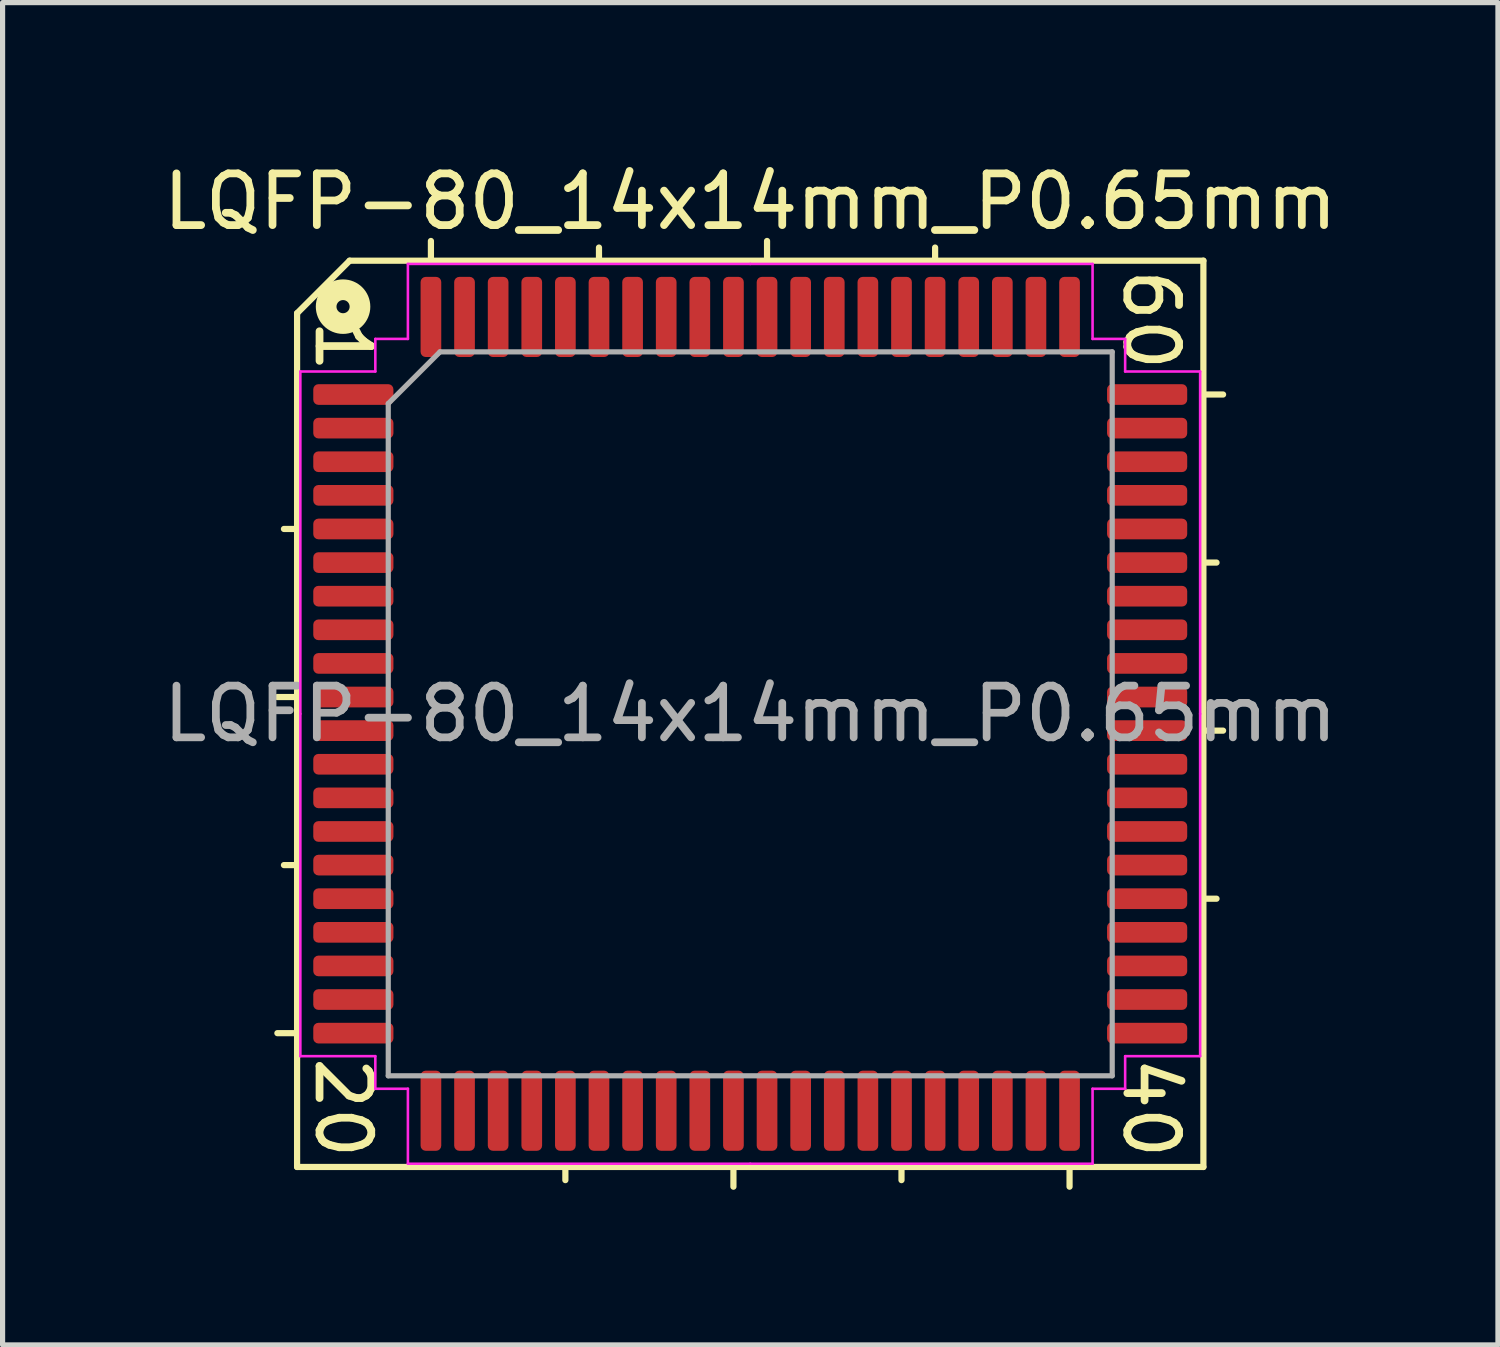
<source format=kicad_pcb>
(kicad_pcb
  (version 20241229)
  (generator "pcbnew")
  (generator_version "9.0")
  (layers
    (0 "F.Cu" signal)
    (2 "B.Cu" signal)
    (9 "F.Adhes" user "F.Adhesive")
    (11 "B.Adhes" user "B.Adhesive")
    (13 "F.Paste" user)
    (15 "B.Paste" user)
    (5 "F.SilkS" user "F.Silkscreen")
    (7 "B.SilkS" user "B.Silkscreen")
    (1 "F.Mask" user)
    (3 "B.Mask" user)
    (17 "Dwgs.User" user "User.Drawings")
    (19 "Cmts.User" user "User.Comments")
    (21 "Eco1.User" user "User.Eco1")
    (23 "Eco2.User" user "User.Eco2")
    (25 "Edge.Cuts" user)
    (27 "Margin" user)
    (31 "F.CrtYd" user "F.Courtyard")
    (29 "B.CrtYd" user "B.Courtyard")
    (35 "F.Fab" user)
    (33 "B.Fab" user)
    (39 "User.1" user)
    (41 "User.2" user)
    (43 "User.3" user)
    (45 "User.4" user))
  (footprint "LQFP-80_14x14mm_P0.65mm"
    (layer "F.Cu")
    (at 11.458 10.754)
    (property "Reference" "LQFP-80_14x14mm_P0.65mm" (at 0 -9.906 0) (layer "F.SilkS") (effects (font (size 1 1) (thickness 0.15))))
    (attr smd)
    (fp_line (start -8.763 -7.747) (end -8.763 8.763) (stroke (width 0.12) (type solid)) (layer "F.SilkS"))
    (fp_line (start -8.763 -3.575) (end -9.017 -3.575) (stroke (width 0.12) (type solid)) (layer "F.SilkS"))
    (fp_line (start -8.763 -0.325) (end -9.144 -0.325) (stroke (width 0.12) (type solid)) (layer "F.SilkS"))
    (fp_line (start -8.763 2.925) (end -9.017 2.925) (stroke (width 0.12) (type solid)) (layer "F.SilkS"))
    (fp_line (start -8.763 6.175) (end -9.144 6.175) (stroke (width 0.12) (type solid)) (layer "F.SilkS"))
    (fp_line (start -8.763 8.763) (end 8.763 8.763) (stroke (width 0.12) (type solid)) (layer "F.SilkS"))
    (fp_line (start -7.747 -8.763) (end -8.763 -7.747) (stroke (width 0.12) (type solid)) (layer "F.SilkS"))
    (fp_line (start -6.175 -8.763) (end -6.175 -9.144) (stroke (width 0.12) (type solid)) (layer "F.SilkS"))
    (fp_line (start -3.575 8.763) (end -3.575 9.017) (stroke (width 0.12) (type solid)) (layer "F.SilkS"))
    (fp_line (start -2.925 -8.763) (end -2.925 -9.017) (stroke (width 0.12) (type solid)) (layer "F.SilkS"))
    (fp_line (start -0.325 8.763) (end -0.325 9.144) (stroke (width 0.12) (type solid)) (layer "F.SilkS"))
    (fp_line (start 0.325 -8.763) (end 0.325 -9.144) (stroke (width 0.12) (type solid)) (layer "F.SilkS"))
    (fp_line (start 2.925 8.763) (end 2.925 9.017) (stroke (width 0.12) (type solid)) (layer "F.SilkS"))
    (fp_line (start 3.575 -8.763) (end 3.575 -9.017) (stroke (width 0.12) (type solid)) (layer "F.SilkS"))
    (fp_line (start 6.175 8.763) (end 6.175 9.144) (stroke (width 0.12) (type solid)) (layer "F.SilkS"))
    (fp_line (start 8.763 -8.763) (end -7.747 -8.763) (stroke (width 0.12) (type solid)) (layer "F.SilkS"))
    (fp_line (start 8.763 -6.175) (end 9.144 -6.175) (stroke (width 0.12) (type solid)) (layer "F.SilkS"))
    (fp_line (start 8.763 -2.925) (end 9.017 -2.925) (stroke (width 0.12) (type solid)) (layer "F.SilkS"))
    (fp_line (start 8.763 0.325) (end 9.144 0.325) (stroke (width 0.12) (type solid)) (layer "F.SilkS"))
    (fp_line (start 8.763 3.575) (end 9.017 3.575) (stroke (width 0.12) (type solid)) (layer "F.SilkS"))
    (fp_line (start 8.763 8.763) (end 8.763 -8.763) (stroke (width 0.12) (type solid)) (layer "F.SilkS"))
    (fp_circle (center -7.874 -7.874) (end -7.747 -7.874) (stroke (width 0.4) (type solid)) (fill no) (layer "F.SilkS"))
    (fp_line (start -8.7 -6.62) (end -8.7 0) (stroke (width 0.05) (type solid)) (layer "F.CrtYd"))
    (fp_line (start -8.7 6.62) (end -8.7 0) (stroke (width 0.05) (type solid)) (layer "F.CrtYd"))
    (fp_line (start -7.25 -7.25) (end -7.25 -6.62) (stroke (width 0.05) (type solid)) (layer "F.CrtYd"))
    (fp_line (start -7.25 -6.62) (end -8.7 -6.62) (stroke (width 0.05) (type solid)) (layer "F.CrtYd"))
    (fp_line (start -7.25 6.62) (end -8.7 6.62) (stroke (width 0.05) (type solid)) (layer "F.CrtYd"))
    (fp_line (start -7.25 7.25) (end -7.25 6.62) (stroke (width 0.05) (type solid)) (layer "F.CrtYd"))
    (fp_line (start -6.62 -8.7) (end -6.62 -7.25) (stroke (width 0.05) (type solid)) (layer "F.CrtYd"))
    (fp_line (start -6.62 -7.25) (end -7.25 -7.25) (stroke (width 0.05) (type solid)) (layer "F.CrtYd"))
    (fp_line (start -6.62 7.25) (end -7.25 7.25) (stroke (width 0.05) (type solid)) (layer "F.CrtYd"))
    (fp_line (start -6.62 8.7) (end -6.62 7.25) (stroke (width 0.05) (type solid)) (layer "F.CrtYd"))
    (fp_line (start 0 -8.7) (end -6.62 -8.7) (stroke (width 0.05) (type solid)) (layer "F.CrtYd"))
    (fp_line (start 0 -8.7) (end 6.62 -8.7) (stroke (width 0.05) (type solid)) (layer "F.CrtYd"))
    (fp_line (start 0 8.7) (end -6.62 8.7) (stroke (width 0.05) (type solid)) (layer "F.CrtYd"))
    (fp_line (start 0 8.7) (end 6.62 8.7) (stroke (width 0.05) (type solid)) (layer "F.CrtYd"))
    (fp_line (start 6.62 -8.7) (end 6.62 -7.25) (stroke (width 0.05) (type solid)) (layer "F.CrtYd"))
    (fp_line (start 6.62 -7.25) (end 7.25 -7.25) (stroke (width 0.05) (type solid)) (layer "F.CrtYd"))
    (fp_line (start 6.62 7.25) (end 7.25 7.25) (stroke (width 0.05) (type solid)) (layer "F.CrtYd"))
    (fp_line (start 6.62 8.7) (end 6.62 7.25) (stroke (width 0.05) (type solid)) (layer "F.CrtYd"))
    (fp_line (start 7.25 -7.25) (end 7.25 -6.62) (stroke (width 0.05) (type solid)) (layer "F.CrtYd"))
    (fp_line (start 7.25 -6.62) (end 8.7 -6.62) (stroke (width 0.05) (type solid)) (layer "F.CrtYd"))
    (fp_line (start 7.25 6.62) (end 8.7 6.62) (stroke (width 0.05) (type solid)) (layer "F.CrtYd"))
    (fp_line (start 7.25 7.25) (end 7.25 6.62) (stroke (width 0.05) (type solid)) (layer "F.CrtYd"))
    (fp_line (start 8.7 -6.62) (end 8.7 0) (stroke (width 0.05) (type solid)) (layer "F.CrtYd"))
    (fp_line (start 8.7 6.62) (end 8.7 0) (stroke (width 0.05) (type solid)) (layer "F.CrtYd"))
    (fp_line (start -7 -6) (end -6 -7) (stroke (width 0.1) (type solid)) (layer "F.Fab"))
    (fp_line (start -7 7) (end -7 -6) (stroke (width 0.1) (type solid)) (layer "F.Fab"))
    (fp_line (start -6 -7) (end 7 -7) (stroke (width 0.1) (type solid)) (layer "F.Fab"))
    (fp_line (start 7 -7) (end 7 7) (stroke (width 0.1) (type solid)) (layer "F.Fab"))
    (fp_line (start 7 7) (end -7 7) (stroke (width 0.1) (type solid)) (layer "F.Fab"))
    (fp_text user "20" (at -7.874 7.62 270) (unlocked yes) (layer "F.SilkS") (effects (font (size 1 1) (thickness 0.15))))
    (fp_text user "1" (at -7.874 -7.112 270) (unlocked yes) (layer "F.SilkS") (effects (font (size 1 1) (thickness 0.15))))
    (fp_text user "60" (at 7.747 -7.62 270) (unlocked yes) (layer "F.SilkS") (effects (font (size 1 1) (thickness 0.15))))
    (fp_text user "40" (at 7.747 7.62 270) (unlocked yes) (layer "F.SilkS") (effects (font (size 1 1) (thickness 0.15))))
    (fp_text user "${REFERENCE}" (at 0 0 0) (layer "F.Fab") (effects (font (size 1 1) (thickness 0.15))))
    (pad "1" smd roundrect (at -7.675 -6.175) (size 1.55 0.4) (layers "F.Cu" "F.Mask" "F.Paste") (roundrect_rratio 0.25))
    (pad "2" smd roundrect (at -7.675 -5.525) (size 1.55 0.4) (layers "F.Cu" "F.Mask" "F.Paste") (roundrect_rratio 0.25))
    (pad "3" smd roundrect (at -7.675 -4.875) (size 1.55 0.4) (layers "F.Cu" "F.Mask" "F.Paste") (roundrect_rratio 0.25))
    (pad "4" smd roundrect (at -7.675 -4.225) (size 1.55 0.4) (layers "F.Cu" "F.Mask" "F.Paste") (roundrect_rratio 0.25))
    (pad "5" smd roundrect (at -7.675 -3.575) (size 1.55 0.4) (layers "F.Cu" "F.Mask" "F.Paste") (roundrect_rratio 0.25))
    (pad "6" smd roundrect (at -7.675 -2.925) (size 1.55 0.4) (layers "F.Cu" "F.Mask" "F.Paste") (roundrect_rratio 0.25))
    (pad "7" smd roundrect (at -7.675 -2.275) (size 1.55 0.4) (layers "F.Cu" "F.Mask" "F.Paste") (roundrect_rratio 0.25))
    (pad "8" smd roundrect (at -7.675 -1.625) (size 1.55 0.4) (layers "F.Cu" "F.Mask" "F.Paste") (roundrect_rratio 0.25))
    (pad "9" smd roundrect (at -7.675 -0.975) (size 1.55 0.4) (layers "F.Cu" "F.Mask" "F.Paste") (roundrect_rratio 0.25))
    (pad "10" smd roundrect (at -7.675 -0.325) (size 1.55 0.4) (layers "F.Cu" "F.Mask" "F.Paste") (roundrect_rratio 0.25))
    (pad "11" smd roundrect (at -7.675 0.325) (size 1.55 0.4) (layers "F.Cu" "F.Mask" "F.Paste") (roundrect_rratio 0.25))
    (pad "12" smd roundrect (at -7.675 0.975) (size 1.55 0.4) (layers "F.Cu" "F.Mask" "F.Paste") (roundrect_rratio 0.25))
    (pad "13" smd roundrect (at -7.675 1.625) (size 1.55 0.4) (layers "F.Cu" "F.Mask" "F.Paste") (roundrect_rratio 0.25))
    (pad "14" smd roundrect (at -7.675 2.275) (size 1.55 0.4) (layers "F.Cu" "F.Mask" "F.Paste") (roundrect_rratio 0.25))
    (pad "15" smd roundrect (at -7.675 2.925) (size 1.55 0.4) (layers "F.Cu" "F.Mask" "F.Paste") (roundrect_rratio 0.25))
    (pad "16" smd roundrect (at -7.675 3.575) (size 1.55 0.4) (layers "F.Cu" "F.Mask" "F.Paste") (roundrect_rratio 0.25))
    (pad "17" smd roundrect (at -7.675 4.225) (size 1.55 0.4) (layers "F.Cu" "F.Mask" "F.Paste") (roundrect_rratio 0.25))
    (pad "18" smd roundrect (at -7.675 4.875) (size 1.55 0.4) (layers "F.Cu" "F.Mask" "F.Paste") (roundrect_rratio 0.25))
    (pad "19" smd roundrect (at -7.675 5.525) (size 1.55 0.4) (layers "F.Cu" "F.Mask" "F.Paste") (roundrect_rratio 0.25))
    (pad "20" smd roundrect (at -7.675 6.175) (size 1.55 0.4) (layers "F.Cu" "F.Mask" "F.Paste") (roundrect_rratio 0.25))
    (pad "21" smd roundrect (at -6.175 7.675) (size 0.4 1.55) (layers "F.Cu" "F.Mask" "F.Paste") (roundrect_rratio 0.25))
    (pad "22" smd roundrect (at -5.525 7.675) (size 0.4 1.55) (layers "F.Cu" "F.Mask" "F.Paste") (roundrect_rratio 0.25))
    (pad "23" smd roundrect (at -4.875 7.675) (size 0.4 1.55) (layers "F.Cu" "F.Mask" "F.Paste") (roundrect_rratio 0.25))
    (pad "24" smd roundrect (at -4.225 7.675) (size 0.4 1.55) (layers "F.Cu" "F.Mask" "F.Paste") (roundrect_rratio 0.25))
    (pad "25" smd roundrect (at -3.575 7.675) (size 0.4 1.55) (layers "F.Cu" "F.Mask" "F.Paste") (roundrect_rratio 0.25))
    (pad "26" smd roundrect (at -2.925 7.675) (size 0.4 1.55) (layers "F.Cu" "F.Mask" "F.Paste") (roundrect_rratio 0.25))
    (pad "27" smd roundrect (at -2.275 7.675) (size 0.4 1.55) (layers "F.Cu" "F.Mask" "F.Paste") (roundrect_rratio 0.25))
    (pad "28" smd roundrect (at -1.625 7.675) (size 0.4 1.55) (layers "F.Cu" "F.Mask" "F.Paste") (roundrect_rratio 0.25))
    (pad "29" smd roundrect (at -0.975 7.675) (size 0.4 1.55) (layers "F.Cu" "F.Mask" "F.Paste") (roundrect_rratio 0.25))
    (pad "30" smd roundrect (at -0.325 7.675) (size 0.4 1.55) (layers "F.Cu" "F.Mask" "F.Paste") (roundrect_rratio 0.25))
    (pad "31" smd roundrect (at 0.325 7.675) (size 0.4 1.55) (layers "F.Cu" "F.Mask" "F.Paste") (roundrect_rratio 0.25))
    (pad "32" smd roundrect (at 0.975 7.675) (size 0.4 1.55) (layers "F.Cu" "F.Mask" "F.Paste") (roundrect_rratio 0.25))
    (pad "33" smd roundrect (at 1.625 7.675) (size 0.4 1.55) (layers "F.Cu" "F.Mask" "F.Paste") (roundrect_rratio 0.25))
    (pad "34" smd roundrect (at 2.275 7.675) (size 0.4 1.55) (layers "F.Cu" "F.Mask" "F.Paste") (roundrect_rratio 0.25))
    (pad "35" smd roundrect (at 2.925 7.675) (size 0.4 1.55) (layers "F.Cu" "F.Mask" "F.Paste") (roundrect_rratio 0.25))
    (pad "36" smd roundrect (at 3.575 7.675) (size 0.4 1.55) (layers "F.Cu" "F.Mask" "F.Paste") (roundrect_rratio 0.25))
    (pad "37" smd roundrect (at 4.225 7.675) (size 0.4 1.55) (layers "F.Cu" "F.Mask" "F.Paste") (roundrect_rratio 0.25))
    (pad "38" smd roundrect (at 4.875 7.675) (size 0.4 1.55) (layers "F.Cu" "F.Mask" "F.Paste") (roundrect_rratio 0.25))
    (pad "39" smd roundrect (at 5.525 7.675) (size 0.4 1.55) (layers "F.Cu" "F.Mask" "F.Paste") (roundrect_rratio 0.25))
    (pad "40" smd roundrect (at 6.175 7.675) (size 0.4 1.55) (layers "F.Cu" "F.Mask" "F.Paste") (roundrect_rratio 0.25))
    (pad "41" smd roundrect (at 7.675 6.175) (size 1.55 0.4) (layers "F.Cu" "F.Mask" "F.Paste") (roundrect_rratio 0.25))
    (pad "42" smd roundrect (at 7.675 5.525) (size 1.55 0.4) (layers "F.Cu" "F.Mask" "F.Paste") (roundrect_rratio 0.25))
    (pad "43" smd roundrect (at 7.675 4.875) (size 1.55 0.4) (layers "F.Cu" "F.Mask" "F.Paste") (roundrect_rratio 0.25))
    (pad "44" smd roundrect (at 7.675 4.225) (size 1.55 0.4) (layers "F.Cu" "F.Mask" "F.Paste") (roundrect_rratio 0.25))
    (pad "45" smd roundrect (at 7.675 3.575) (size 1.55 0.4) (layers "F.Cu" "F.Mask" "F.Paste") (roundrect_rratio 0.25))
    (pad "46" smd roundrect (at 7.675 2.925) (size 1.55 0.4) (layers "F.Cu" "F.Mask" "F.Paste") (roundrect_rratio 0.25))
    (pad "47" smd roundrect (at 7.675 2.275) (size 1.55 0.4) (layers "F.Cu" "F.Mask" "F.Paste") (roundrect_rratio 0.25))
    (pad "48" smd roundrect (at 7.675 1.625) (size 1.55 0.4) (layers "F.Cu" "F.Mask" "F.Paste") (roundrect_rratio 0.25))
    (pad "49" smd roundrect (at 7.675 0.975) (size 1.55 0.4) (layers "F.Cu" "F.Mask" "F.Paste") (roundrect_rratio 0.25))
    (pad "50" smd roundrect (at 7.675 0.325) (size 1.55 0.4) (layers "F.Cu" "F.Mask" "F.Paste") (roundrect_rratio 0.25))
    (pad "51" smd roundrect (at 7.675 -0.325) (size 1.55 0.4) (layers "F.Cu" "F.Mask" "F.Paste") (roundrect_rratio 0.25))
    (pad "52" smd roundrect (at 7.675 -0.975) (size 1.55 0.4) (layers "F.Cu" "F.Mask" "F.Paste") (roundrect_rratio 0.25))
    (pad "53" smd roundrect (at 7.675 -1.625) (size 1.55 0.4) (layers "F.Cu" "F.Mask" "F.Paste") (roundrect_rratio 0.25))
    (pad "54" smd roundrect (at 7.675 -2.275) (size 1.55 0.4) (layers "F.Cu" "F.Mask" "F.Paste") (roundrect_rratio 0.25))
    (pad "55" smd roundrect (at 7.675 -2.925) (size 1.55 0.4) (layers "F.Cu" "F.Mask" "F.Paste") (roundrect_rratio 0.25))
    (pad "56" smd roundrect (at 7.675 -3.575) (size 1.55 0.4) (layers "F.Cu" "F.Mask" "F.Paste") (roundrect_rratio 0.25))
    (pad "57" smd roundrect (at 7.675 -4.225) (size 1.55 0.4) (layers "F.Cu" "F.Mask" "F.Paste") (roundrect_rratio 0.25))
    (pad "58" smd roundrect (at 7.675 -4.875) (size 1.55 0.4) (layers "F.Cu" "F.Mask" "F.Paste") (roundrect_rratio 0.25))
    (pad "59" smd roundrect (at 7.675 -5.525) (size 1.55 0.4) (layers "F.Cu" "F.Mask" "F.Paste") (roundrect_rratio 0.25))
    (pad "60" smd roundrect (at 7.675 -6.175) (size 1.55 0.4) (layers "F.Cu" "F.Mask" "F.Paste") (roundrect_rratio 0.25))
    (pad "61" smd roundrect (at 6.175 -7.675) (size 0.4 1.55) (layers "F.Cu" "F.Mask" "F.Paste") (roundrect_rratio 0.25))
    (pad "62" smd roundrect (at 5.525 -7.675) (size 0.4 1.55) (layers "F.Cu" "F.Mask" "F.Paste") (roundrect_rratio 0.25))
    (pad "63" smd roundrect (at 4.875 -7.675) (size 0.4 1.55) (layers "F.Cu" "F.Mask" "F.Paste") (roundrect_rratio 0.25))
    (pad "64" smd roundrect (at 4.225 -7.675) (size 0.4 1.55) (layers "F.Cu" "F.Mask" "F.Paste") (roundrect_rratio 0.25))
    (pad "65" smd roundrect (at 3.575 -7.675) (size 0.4 1.55) (layers "F.Cu" "F.Mask" "F.Paste") (roundrect_rratio 0.25))
    (pad "66" smd roundrect (at 2.925 -7.675) (size 0.4 1.55) (layers "F.Cu" "F.Mask" "F.Paste") (roundrect_rratio 0.25))
    (pad "67" smd roundrect (at 2.275 -7.675) (size 0.4 1.55) (layers "F.Cu" "F.Mask" "F.Paste") (roundrect_rratio 0.25))
    (pad "68" smd roundrect (at 1.625 -7.675) (size 0.4 1.55) (layers "F.Cu" "F.Mask" "F.Paste") (roundrect_rratio 0.25))
    (pad "69" smd roundrect (at 0.975 -7.675) (size 0.4 1.55) (layers "F.Cu" "F.Mask" "F.Paste") (roundrect_rratio 0.25))
    (pad "70" smd roundrect (at 0.325 -7.675) (size 0.4 1.55) (layers "F.Cu" "F.Mask" "F.Paste") (roundrect_rratio 0.25))
    (pad "71" smd roundrect (at -0.325 -7.675) (size 0.4 1.55) (layers "F.Cu" "F.Mask" "F.Paste") (roundrect_rratio 0.25))
    (pad "72" smd roundrect (at -0.975 -7.675) (size 0.4 1.55) (layers "F.Cu" "F.Mask" "F.Paste") (roundrect_rratio 0.25))
    (pad "73" smd roundrect (at -1.625 -7.675) (size 0.4 1.55) (layers "F.Cu" "F.Mask" "F.Paste") (roundrect_rratio 0.25))
    (pad "74" smd roundrect (at -2.275 -7.675) (size 0.4 1.55) (layers "F.Cu" "F.Mask" "F.Paste") (roundrect_rratio 0.25))
    (pad "75" smd roundrect (at -2.925 -7.675) (size 0.4 1.55) (layers "F.Cu" "F.Mask" "F.Paste") (roundrect_rratio 0.25))
    (pad "76" smd roundrect (at -3.575 -7.675) (size 0.4 1.55) (layers "F.Cu" "F.Mask" "F.Paste") (roundrect_rratio 0.25))
    (pad "77" smd roundrect (at -4.225 -7.675) (size 0.4 1.55) (layers "F.Cu" "F.Mask" "F.Paste") (roundrect_rratio 0.25))
    (pad "78" smd roundrect (at -4.875 -7.675) (size 0.4 1.55) (layers "F.Cu" "F.Mask" "F.Paste") (roundrect_rratio 0.25))
    (pad "79" smd roundrect (at -5.525 -7.675) (size 0.4 1.55) (layers "F.Cu" "F.Mask" "F.Paste") (roundrect_rratio 0.25))
    (pad "80" smd roundrect (at -6.175 -7.675) (size 0.4 1.55) (layers "F.Cu" "F.Mask" "F.Paste") (roundrect_rratio 0.25)))
  (gr_rect
    (start -3 -3)
    (end 25.917 22.958)
    (stroke (width 0.1) (type default))
    (fill no)
    (layer "Edge.Cuts")))
</source>
